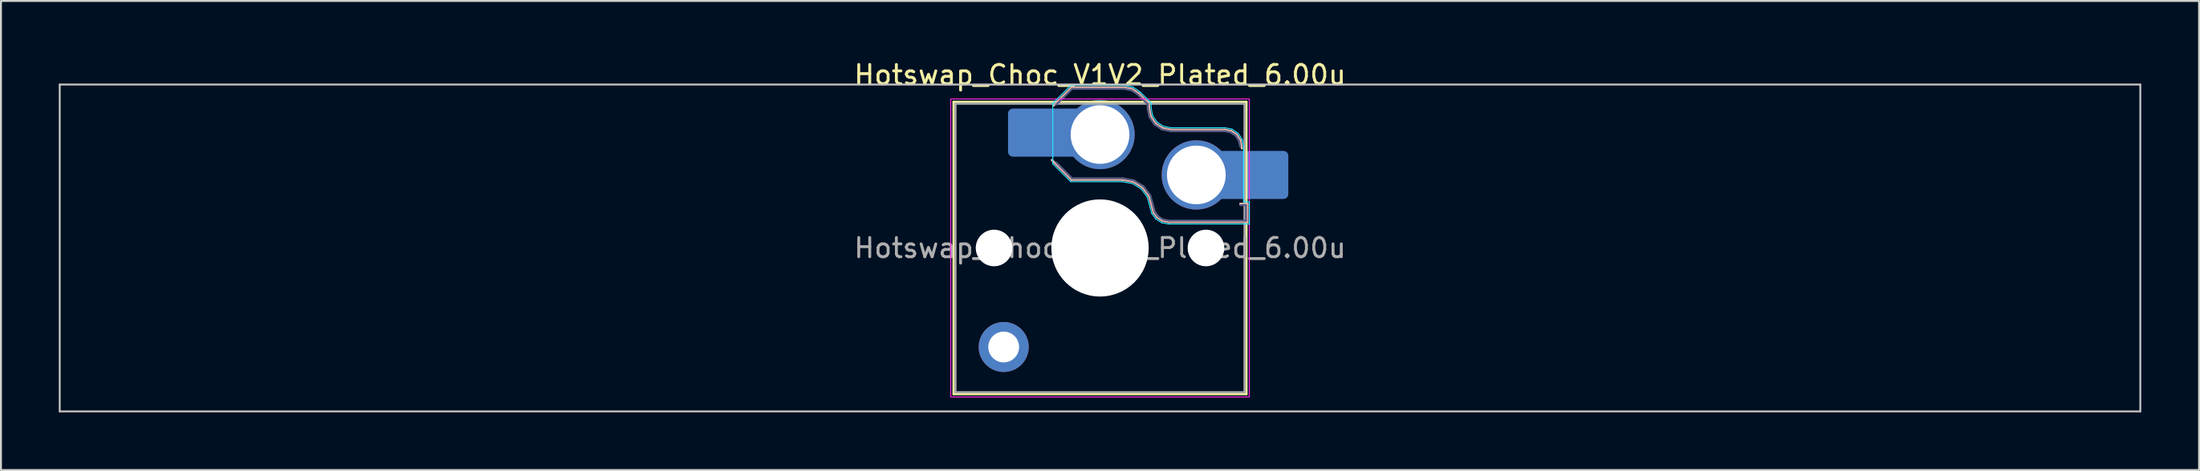
<source format=kicad_pcb>
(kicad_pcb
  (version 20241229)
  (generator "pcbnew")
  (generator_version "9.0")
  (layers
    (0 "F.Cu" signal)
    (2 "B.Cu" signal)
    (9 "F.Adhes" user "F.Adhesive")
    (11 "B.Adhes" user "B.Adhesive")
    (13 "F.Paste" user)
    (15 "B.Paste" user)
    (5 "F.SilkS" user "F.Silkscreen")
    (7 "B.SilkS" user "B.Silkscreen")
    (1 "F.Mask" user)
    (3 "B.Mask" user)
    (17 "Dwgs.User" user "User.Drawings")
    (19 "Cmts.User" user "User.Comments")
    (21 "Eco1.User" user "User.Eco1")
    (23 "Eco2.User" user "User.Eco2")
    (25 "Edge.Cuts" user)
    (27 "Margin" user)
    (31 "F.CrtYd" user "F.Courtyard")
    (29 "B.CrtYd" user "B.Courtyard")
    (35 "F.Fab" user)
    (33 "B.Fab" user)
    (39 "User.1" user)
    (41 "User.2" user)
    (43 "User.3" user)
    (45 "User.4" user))
  (footprint "Hotswap_Choc_V1V2_Plated_6.00u"
    (layer "F.Cu")
    (at 54.05 9.848)
    (property "Reference" "Hotswap_Choc_V1V2_Plated_6.00u" (at 0 -9 0) (layer "F.SilkS") (effects (font (size 1 1) (thickness 0.15))))
    (attr smd allow_soldermask_bridges)
    (fp_line (start -7.6 -7.6) (end -7.6 7.6) (stroke (width 0.12) (type solid)) (layer "F.SilkS"))
    (fp_line (start -7.6 7.6) (end 7.6 7.6) (stroke (width 0.12) (type solid)) (layer "F.SilkS"))
    (fp_line (start 7.6 -7.6) (end -7.6 -7.6) (stroke (width 0.12) (type solid)) (layer "F.SilkS"))
    (fp_line (start 7.6 7.6) (end 7.6 -7.6) (stroke (width 0.12) (type solid)) (layer "F.SilkS"))
    (fp_line (start -2.416 -7.409) (end -1.479 -8.346) (stroke (width 0.12) (type solid)) (layer "B.SilkS"))
    (fp_line (start -1.479 -8.346) (end 1.268 -8.346) (stroke (width 0.12) (type solid)) (layer "B.SilkS"))
    (fp_line (start -1.479 -3.554) (end -2.5 -4.575) (stroke (width 0.12) (type solid)) (layer "B.SilkS"))
    (fp_line (start 1.168 -3.554) (end -1.479 -3.554) (stroke (width 0.12) (type solid)) (layer "B.SilkS"))
    (fp_line (start 1.268 -8.346) (end 1.671 -8.266) (stroke (width 0.12) (type solid)) (layer "B.SilkS"))
    (fp_line (start 1.671 -8.266) (end 2.013 -8.037) (stroke (width 0.12) (type solid)) (layer "B.SilkS"))
    (fp_line (start 1.73 -3.449) (end 1.168 -3.554) (stroke (width 0.12) (type solid)) (layer "B.SilkS"))
    (fp_line (start 2.013 -8.037) (end 2.546 -7.504) (stroke (width 0.12) (type solid)) (layer "B.SilkS"))
    (fp_line (start 2.209 -3.15) (end 1.73 -3.449) (stroke (width 0.12) (type solid)) (layer "B.SilkS"))
    (fp_line (start 2.546 -7.504) (end 2.546 -7.282) (stroke (width 0.12) (type solid)) (layer "B.SilkS"))
    (fp_line (start 2.546 -7.282) (end 2.633 -6.844) (stroke (width 0.12) (type solid)) (layer "B.SilkS"))
    (fp_line (start 2.547 -2.697) (end 2.209 -3.15) (stroke (width 0.12) (type solid)) (layer "B.SilkS"))
    (fp_line (start 2.633 -6.844) (end 2.877 -6.477) (stroke (width 0.12) (type solid)) (layer "B.SilkS"))
    (fp_line (start 2.701 -2.139) (end 2.547 -2.697) (stroke (width 0.12) (type solid)) (layer "B.SilkS"))
    (fp_line (start 2.783 -1.841) (end 2.701 -2.139) (stroke (width 0.12) (type solid)) (layer "B.SilkS"))
    (fp_line (start 2.877 -6.477) (end 3.244 -6.233) (stroke (width 0.12) (type solid)) (layer "B.SilkS"))
    (fp_line (start 2.976 -1.583) (end 2.783 -1.841) (stroke (width 0.12) (type solid)) (layer "B.SilkS"))
    (fp_line (start 3.244 -6.233) (end 3.682 -6.146) (stroke (width 0.12) (type solid)) (layer "B.SilkS"))
    (fp_line (start 3.25 -1.413) (end 2.976 -1.583) (stroke (width 0.12) (type solid)) (layer "B.SilkS"))
    (fp_line (start 3.56 -1.354) (end 3.25 -1.413) (stroke (width 0.12) (type solid)) (layer "B.SilkS"))
    (fp_line (start 3.682 -6.146) (end 6.482 -6.146) (stroke (width 0.12) (type solid)) (layer "B.SilkS"))
    (fp_line (start 6.482 -6.146) (end 6.809 -6.081) (stroke (width 0.12) (type solid)) (layer "B.SilkS"))
    (fp_line (start 6.809 -6.081) (end 7.092 -5.892) (stroke (width 0.12) (type solid)) (layer "B.SilkS"))
    (fp_line (start 7.092 -5.892) (end 7.281 -5.609) (stroke (width 0.12) (type solid)) (layer "B.SilkS"))
    (fp_line (start 7.281 -5.609) (end 7.366 -5.182) (stroke (width 0.12) (type solid)) (layer "B.SilkS"))
    (fp_line (start 7.283 -2.296) (end 7.646 -2.296) (stroke (width 0.12) (type solid)) (layer "B.SilkS"))
    (fp_line (start 7.646 -2.296) (end 7.646 -1.354) (stroke (width 0.12) (type solid)) (layer "B.SilkS"))
    (fp_line (start 7.646 -1.354) (end 3.56 -1.354) (stroke (width 0.12) (type solid)) (layer "B.SilkS"))
    (fp_line (start -54 -8.5) (end -54 8.5) (stroke (width 0.1) (type solid)) (layer "Dwgs.User"))
    (fp_line (start -54 8.5) (end 54 8.5) (stroke (width 0.1) (type solid)) (layer "Dwgs.User"))
    (fp_line (start 54 -8.5) (end -54 -8.5) (stroke (width 0.1) (type solid)) (layer "Dwgs.User"))
    (fp_line (start 54 8.5) (end 54 -8.5) (stroke (width 0.1) (type solid)) (layer "Dwgs.User"))
    (fp_line (start -7.25 -7.25) (end -7.25 7.25) (stroke (width 0.1) (type solid)) (layer "Eco1.User"))
    (fp_line (start -7.25 7.25) (end 7.25 7.25) (stroke (width 0.1) (type solid)) (layer "Eco1.User"))
    (fp_line (start 7.25 -7.25) (end -7.25 -7.25) (stroke (width 0.1) (type solid)) (layer "Eco1.User"))
    (fp_line (start 7.25 7.25) (end 7.25 -7.25) (stroke (width 0.1) (type solid)) (layer "Eco1.User"))
    (fp_line (start -2.452 -7.523) (end -1.523 -8.452) (stroke (width 0.05) (type solid)) (layer "B.CrtYd"))
    (fp_line (start -2.452 -4.377) (end -2.452 -7.523) (stroke (width 0.05) (type solid)) (layer "B.CrtYd"))
    (fp_line (start -1.523 -8.452) (end 1.278 -8.452) (stroke (width 0.05) (type solid)) (layer "B.CrtYd"))
    (fp_line (start -1.523 -3.448) (end -2.452 -4.377) (stroke (width 0.05) (type solid)) (layer "B.CrtYd"))
    (fp_line (start 1.159 -3.448) (end -1.523 -3.448) (stroke (width 0.05) (type solid)) (layer "B.CrtYd"))
    (fp_line (start 1.278 -8.452) (end 1.712 -8.366) (stroke (width 0.05) (type solid)) (layer "B.CrtYd"))
    (fp_line (start 1.691 -3.348) (end 1.159 -3.448) (stroke (width 0.05) (type solid)) (layer "B.CrtYd"))
    (fp_line (start 1.712 -8.366) (end 2.081 -8.119) (stroke (width 0.05) (type solid)) (layer "B.CrtYd"))
    (fp_line (start 2.081 -8.119) (end 2.652 -7.548) (stroke (width 0.05) (type solid)) (layer "B.CrtYd"))
    (fp_line (start 2.136 -3.071) (end 1.691 -3.348) (stroke (width 0.05) (type solid)) (layer "B.CrtYd"))
    (fp_line (start 2.45 -2.65) (end 2.136 -3.071) (stroke (width 0.05) (type solid)) (layer "B.CrtYd"))
    (fp_line (start 2.599 -2.111) (end 2.45 -2.65) (stroke (width 0.05) (type solid)) (layer "B.CrtYd"))
    (fp_line (start 2.652 -7.548) (end 2.652 -7.292) (stroke (width 0.05) (type solid)) (layer "B.CrtYd"))
    (fp_line (start 2.652 -7.292) (end 2.733 -6.885) (stroke (width 0.05) (type solid)) (layer "B.CrtYd"))
    (fp_line (start 2.687 -1.794) (end 2.599 -2.111) (stroke (width 0.05) (type solid)) (layer "B.CrtYd"))
    (fp_line (start 2.733 -6.885) (end 2.953 -6.553) (stroke (width 0.05) (type solid)) (layer "B.CrtYd"))
    (fp_line (start 2.903 -1.503) (end 2.687 -1.794) (stroke (width 0.05) (type solid)) (layer "B.CrtYd"))
    (fp_line (start 2.953 -6.553) (end 3.285 -6.333) (stroke (width 0.05) (type solid)) (layer "B.CrtYd"))
    (fp_line (start 3.211 -1.312) (end 2.903 -1.503) (stroke (width 0.05) (type solid)) (layer "B.CrtYd"))
    (fp_line (start 3.285 -6.333) (end 3.692 -6.252) (stroke (width 0.05) (type solid)) (layer "B.CrtYd"))
    (fp_line (start 3.55 -1.248) (end 3.211 -1.312) (stroke (width 0.05) (type solid)) (layer "B.CrtYd"))
    (fp_line (start 3.692 -6.252) (end 6.492 -6.252) (stroke (width 0.05) (type solid)) (layer "B.CrtYd"))
    (fp_line (start 6.492 -6.252) (end 6.85 -6.181) (stroke (width 0.05) (type solid)) (layer "B.CrtYd"))
    (fp_line (start 6.85 -6.181) (end 7.168 -5.968) (stroke (width 0.05) (type solid)) (layer "B.CrtYd"))
    (fp_line (start 7.168 -5.968) (end 7.381 -5.65) (stroke (width 0.05) (type solid)) (layer "B.CrtYd"))
    (fp_line (start 7.381 -5.65) (end 7.452 -5.292) (stroke (width 0.05) (type solid)) (layer "B.CrtYd"))
    (fp_line (start 7.452 -5.292) (end 7.452 -2.402) (stroke (width 0.05) (type solid)) (layer "B.CrtYd"))
    (fp_line (start 7.452 -2.402) (end 7.752 -2.402) (stroke (width 0.05) (type solid)) (layer "B.CrtYd"))
    (fp_line (start 7.752 -2.402) (end 7.752 -1.248) (stroke (width 0.05) (type solid)) (layer "B.CrtYd"))
    (fp_line (start 7.752 -1.248) (end 3.55 -1.248) (stroke (width 0.05) (type solid)) (layer "B.CrtYd"))
    (fp_line (start -7.75 -7.75) (end -7.75 7.75) (stroke (width 0.05) (type solid)) (layer "F.CrtYd"))
    (fp_line (start -7.75 7.75) (end 7.75 7.75) (stroke (width 0.05) (type solid)) (layer "F.CrtYd"))
    (fp_line (start 7.75 -7.75) (end -7.75 -7.75) (stroke (width 0.05) (type solid)) (layer "F.CrtYd"))
    (fp_line (start 7.75 7.75) (end 7.75 -7.75) (stroke (width 0.05) (type solid)) (layer "F.CrtYd"))
    (fp_line (start -2.275 -7.45) (end -1.45 -8.275) (stroke (width 0.1) (type solid)) (layer "B.Fab"))
    (fp_line (start -1.45 -8.275) (end 1.261 -8.275) (stroke (width 0.1) (type solid)) (layer "B.Fab"))
    (fp_line (start -1.45 -3.625) (end -2.275 -4.45) (stroke (width 0.1) (type solid)) (layer "B.Fab"))
    (fp_line (start 1.175 -3.625) (end -1.45 -3.625) (stroke (width 0.1) (type solid)) (layer "B.Fab"))
    (fp_line (start 1.261 -8.275) (end 1.643 -8.199) (stroke (width 0.1) (type solid)) (layer "B.Fab"))
    (fp_line (start 1.643 -8.199) (end 1.968 -7.982) (stroke (width 0.1) (type solid)) (layer "B.Fab"))
    (fp_line (start 1.756 -3.516) (end 1.175 -3.625) (stroke (width 0.1) (type solid)) (layer "B.Fab"))
    (fp_line (start 1.968 -7.982) (end 2.475 -7.475) (stroke (width 0.1) (type solid)) (layer "B.Fab"))
    (fp_line (start 2.258 -3.203) (end 1.756 -3.516) (stroke (width 0.1) (type solid)) (layer "B.Fab"))
    (fp_line (start 2.475 -7.475) (end 2.475 -7.275) (stroke (width 0.1) (type solid)) (layer "B.Fab"))
    (fp_line (start 2.475 -7.275) (end 2.566 -6.816) (stroke (width 0.1) (type solid)) (layer "B.Fab"))
    (fp_line (start 2.566 -6.816) (end 2.826 -6.426) (stroke (width 0.1) (type solid)) (layer "B.Fab"))
    (fp_line (start 2.612 -2.729) (end 2.258 -3.203) (stroke (width 0.1) (type solid)) (layer "B.Fab"))
    (fp_line (start 2.769 -2.158) (end 2.612 -2.729) (stroke (width 0.1) (type solid)) (layer "B.Fab"))
    (fp_line (start 2.826 -6.426) (end 3.216 -6.166) (stroke (width 0.1) (type solid)) (layer "B.Fab"))
    (fp_line (start 2.848 -1.873) (end 2.769 -2.158) (stroke (width 0.1) (type solid)) (layer "B.Fab"))
    (fp_line (start 3.025 -1.636) (end 2.848 -1.873) (stroke (width 0.1) (type solid)) (layer "B.Fab"))
    (fp_line (start 3.216 -6.166) (end 3.675 -6.075) (stroke (width 0.1) (type solid)) (layer "B.Fab"))
    (fp_line (start 3.276 -1.48) (end 3.025 -1.636) (stroke (width 0.1) (type solid)) (layer "B.Fab"))
    (fp_line (start 3.567 -1.425) (end 3.276 -1.48) (stroke (width 0.1) (type solid)) (layer "B.Fab"))
    (fp_line (start 3.675 -6.075) (end 6.475 -6.075) (stroke (width 0.1) (type solid)) (layer "B.Fab"))
    (fp_line (start 6.475 -6.075) (end 6.781 -6.014) (stroke (width 0.1) (type solid)) (layer "B.Fab"))
    (fp_line (start 6.781 -6.014) (end 7.041 -5.841) (stroke (width 0.1) (type solid)) (layer "B.Fab"))
    (fp_line (start 7.041 -5.841) (end 7.214 -5.581) (stroke (width 0.1) (type solid)) (layer "B.Fab"))
    (fp_line (start 7.214 -5.581) (end 7.275 -5.275) (stroke (width 0.1) (type solid)) (layer "B.Fab"))
    (fp_line (start 7.275 -2.225) (end 7.575 -2.225) (stroke (width 0.1) (type solid)) (layer "B.Fab"))
    (fp_line (start 7.575 -2.225) (end 7.575 -1.425) (stroke (width 0.1) (type solid)) (layer "B.Fab"))
    (fp_line (start 7.575 -1.425) (end 3.567 -1.425) (stroke (width 0.1) (type solid)) (layer "B.Fab"))
    (fp_line (start -7.5 -7.5) (end -7.5 7.5) (stroke (width 0.1) (type solid)) (layer "F.Fab"))
    (fp_line (start -7.5 7.5) (end 7.5 7.5) (stroke (width 0.1) (type solid)) (layer "F.Fab"))
    (fp_line (start 7.5 -7.5) (end -7.5 -7.5) (stroke (width 0.1) (type solid)) (layer "F.Fab"))
    (fp_line (start 7.5 7.5) (end 7.5 -7.5) (stroke (width 0.1) (type solid)) (layer "F.Fab"))
    (fp_text user "${REFERENCE}" (at 0 0 0) (layer "F.Fab") (effects (font (size 1 1) (thickness 0.15))))
    (pad "" np_thru_hole circle (at -5.5 0) (size 1.9 1.9) (drill 1.9) (layers "*.Cu" "*.Mask"))
    (pad "" thru_hole circle (at -5 5.15) (size 2.6 2.6) (drill 1.6) (layers "*.Cu" "*.Mask"))
    (pad "" smd roundrect (at -3.5 -6) (size 2.55 2.5) (layers "B.Mask" "B.Paste") (roundrect_rratio 0.1))
    (pad "" np_thru_hole circle (at 0 0) (size 5.05 5.05) (drill 5.05) (layers "*.Cu" "*.Mask"))
    (pad "" np_thru_hole circle (at 5.5 0) (size 1.9 1.9) (drill 1.9) (layers "*.Cu" "*.Mask"))
    (pad "" smd roundrect (at 8.5 -3.8) (size 2.55 2.5) (layers "B.Mask" "B.Paste") (roundrect_rratio 0.1))
    (pad "1" smd roundrect (at -2.85 -6) (size 3.85 2.5) (layers "B.Cu") (roundrect_rratio 0.1))
    (pad "1" thru_hole circle (at 0 -5.9) (size 3.6 3.6) (drill 3.05) (layers "*.Cu" "*.Mask"))
    (pad "2" thru_hole circle (at 5 -3.8) (size 3.6 3.6) (drill 3.05) (layers "*.Cu" "*.Mask"))
    (pad "2" smd roundrect (at 7.85 -3.8) (size 3.85 2.5) (layers "B.Cu") (roundrect_rratio 0.1)))
  (gr_rect
    (start -3 -3)
    (end 111.1 21.398)
    (stroke (width 0.1) (type default))
    (fill no)
    (layer "Edge.Cuts")))
</source>
